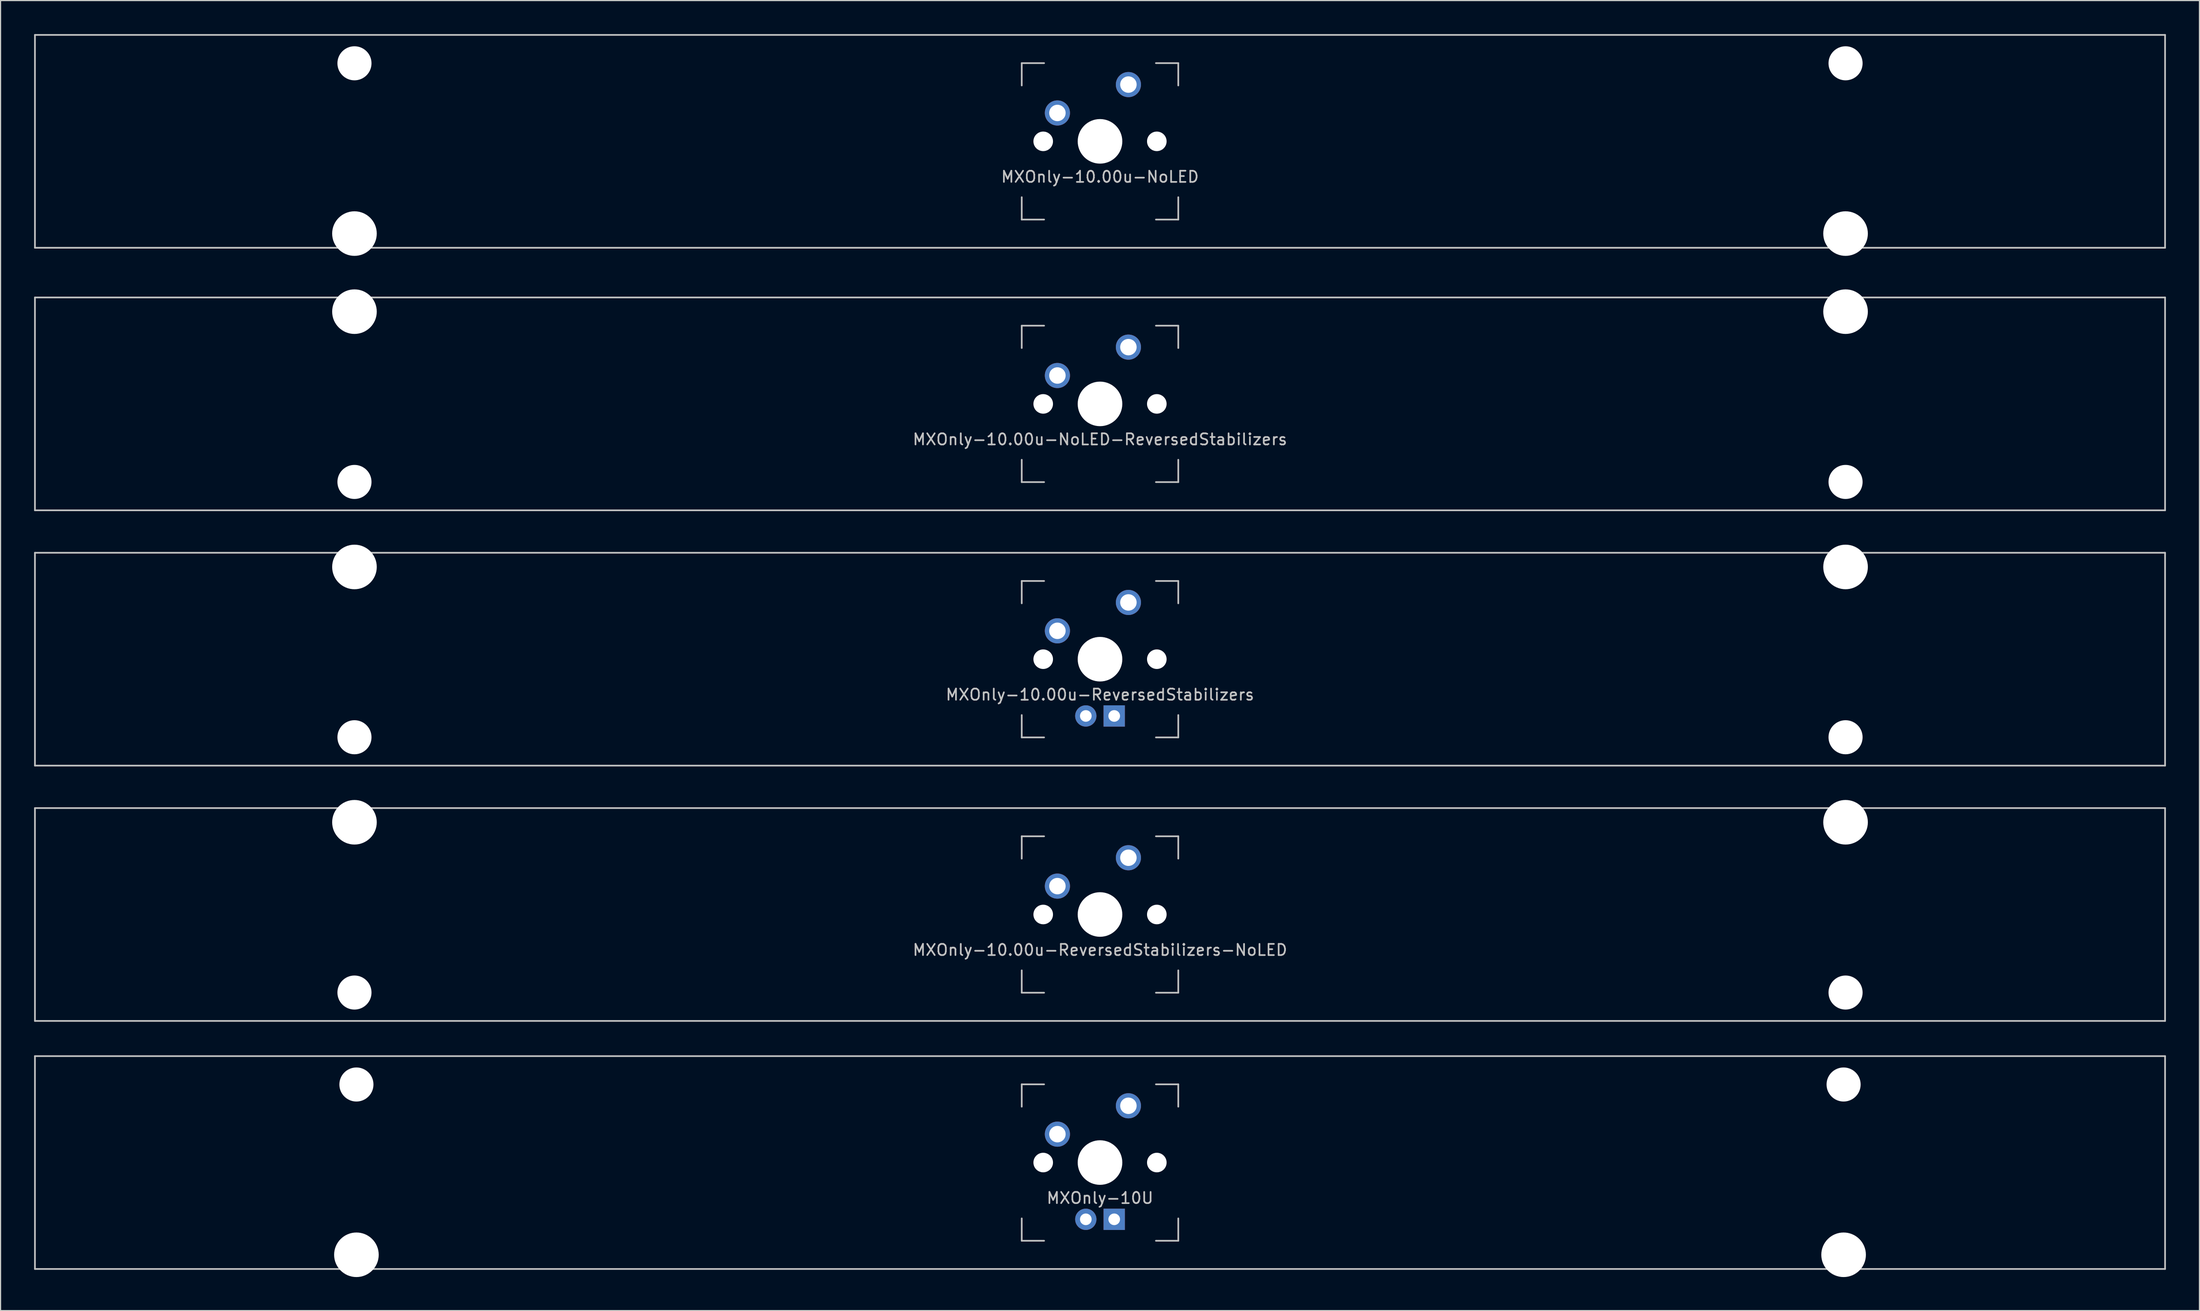
<source format=kicad_pcb>
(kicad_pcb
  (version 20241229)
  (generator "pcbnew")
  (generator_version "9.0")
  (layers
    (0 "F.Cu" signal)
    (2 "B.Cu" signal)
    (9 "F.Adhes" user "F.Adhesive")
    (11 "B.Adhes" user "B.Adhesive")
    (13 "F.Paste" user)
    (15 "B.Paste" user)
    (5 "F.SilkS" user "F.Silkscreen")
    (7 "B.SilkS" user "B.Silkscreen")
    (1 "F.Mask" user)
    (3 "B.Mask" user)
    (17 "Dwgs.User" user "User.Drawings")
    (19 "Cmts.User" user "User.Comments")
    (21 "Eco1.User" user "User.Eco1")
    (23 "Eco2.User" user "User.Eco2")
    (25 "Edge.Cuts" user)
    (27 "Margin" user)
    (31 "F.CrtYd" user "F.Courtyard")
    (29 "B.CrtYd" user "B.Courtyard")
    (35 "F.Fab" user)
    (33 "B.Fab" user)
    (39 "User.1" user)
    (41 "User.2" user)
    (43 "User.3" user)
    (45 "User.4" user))
  (footprint "MXOnly-10.00u-NoLED-ReversedStabilizers"
    (layer "F.Cu")
    (at 95.325 33.098)
    (property "Reference" "MXOnly-10.00u-NoLED-ReversedStabilizers" (at 0 3.175 0) (layer "Dwgs.User") (effects (font (size 1 1) (thickness 0.15))))
    (attr through_hole)
    (fp_line (start -95.25 -9.525) (end 95.25 -9.525) (stroke (width 0.15) (type solid)) (layer "Dwgs.User"))
    (fp_line (start -95.25 9.525) (end -95.25 -9.525) (stroke (width 0.15) (type solid)) (layer "Dwgs.User"))
    (fp_line (start -95.25 9.525) (end 95.25 9.525) (stroke (width 0.15) (type solid)) (layer "Dwgs.User"))
    (fp_line (start -7 -7) (end -7 -5) (stroke (width 0.15) (type solid)) (layer "Dwgs.User"))
    (fp_line (start -7 5) (end -7 7) (stroke (width 0.15) (type solid)) (layer "Dwgs.User"))
    (fp_line (start -7 7) (end -5 7) (stroke (width 0.15) (type solid)) (layer "Dwgs.User"))
    (fp_line (start -5 -7) (end -7 -7) (stroke (width 0.15) (type solid)) (layer "Dwgs.User"))
    (fp_line (start 5 -7) (end 7 -7) (stroke (width 0.15) (type solid)) (layer "Dwgs.User"))
    (fp_line (start 5 7) (end 7 7) (stroke (width 0.15) (type solid)) (layer "Dwgs.User"))
    (fp_line (start 7 -7) (end 7 -5) (stroke (width 0.15) (type solid)) (layer "Dwgs.User"))
    (fp_line (start 7 7) (end 7 5) (stroke (width 0.15) (type solid)) (layer "Dwgs.User"))
    (fp_line (start 95.25 -9.525) (end 95.25 9.525) (stroke (width 0.15) (type solid)) (layer "Dwgs.User"))
    (pad "" np_thru_hole circle (at -66.675 -8.255 180) (size 3.988 3.988) (drill 3.988) (layers "*.Cu" "*.Mask"))
    (pad "" np_thru_hole circle (at -66.675 6.985 180) (size 3.048 3.048) (drill 3.048) (layers "*.Cu" "*.Mask"))
    (pad "" np_thru_hole circle (at -5.08 0 48.1) (size 1.75 1.75) (drill 1.75) (layers "*.Cu" "*.Mask"))
    (pad "" np_thru_hole circle (at 0 0) (size 3.988 3.988) (drill 3.988) (layers "*.Cu" "*.Mask"))
    (pad "" np_thru_hole circle (at 5.08 0 48.1) (size 1.75 1.75) (drill 1.75) (layers "*.Cu" "*.Mask"))
    (pad "" np_thru_hole circle (at 66.675 -8.255 180) (size 3.988 3.988) (drill 3.988) (layers "*.Cu" "*.Mask"))
    (pad "" np_thru_hole circle (at 66.675 6.985 180) (size 3.048 3.048) (drill 3.048) (layers "*.Cu" "*.Mask"))
    (pad "1" thru_hole circle (at -3.81 -2.54) (size 2.25 2.25) (drill 1.47) (layers "*.Cu" "B.Mask"))
    (pad "2" thru_hole circle (at 2.54 -5.08) (size 2.25 2.25) (drill 1.47) (layers "*.Cu" "B.Mask")))
  (footprint "MXOnly-10U"
    (layer "F.Cu")
    (at 95.325 100.996)
    (property "Reference" "MXOnly-10U" (at 0 3.175 0) (layer "Dwgs.User") (effects (font (size 1 1) (thickness 0.15))))
    (attr through_hole)
    (fp_line (start -95.25 -9.525) (end 95.25 -9.525) (stroke (width 0.15) (type solid)) (layer "Dwgs.User"))
    (fp_line (start -95.25 9.525) (end -95.25 -9.525) (stroke (width 0.15) (type solid)) (layer "Dwgs.User"))
    (fp_line (start -95.25 9.525) (end 95.25 9.525) (stroke (width 0.15) (type solid)) (layer "Dwgs.User"))
    (fp_line (start -7 -7) (end -7 -5) (stroke (width 0.15) (type solid)) (layer "Dwgs.User"))
    (fp_line (start -7 5) (end -7 7) (stroke (width 0.15) (type solid)) (layer "Dwgs.User"))
    (fp_line (start -7 7) (end -5 7) (stroke (width 0.15) (type solid)) (layer "Dwgs.User"))
    (fp_line (start -5 -7) (end -7 -7) (stroke (width 0.15) (type solid)) (layer "Dwgs.User"))
    (fp_line (start 5 -7) (end 7 -7) (stroke (width 0.15) (type solid)) (layer "Dwgs.User"))
    (fp_line (start 5 7) (end 7 7) (stroke (width 0.15) (type solid)) (layer "Dwgs.User"))
    (fp_line (start 7 -7) (end 7 -5) (stroke (width 0.15) (type solid)) (layer "Dwgs.User"))
    (fp_line (start 7 7) (end 7 5) (stroke (width 0.15) (type solid)) (layer "Dwgs.User"))
    (fp_line (start 95.25 -9.525) (end 95.25 9.525) (stroke (width 0.15) (type solid)) (layer "Dwgs.User"))
    (pad "" np_thru_hole circle (at -66.5 -6.985) (size 3.048 3.048) (drill 3.048) (layers "*.Cu" "*.Mask"))
    (pad "" np_thru_hole circle (at -66.5 8.255) (size 3.988 3.988) (drill 3.988) (layers "*.Cu" "*.Mask"))
    (pad "" np_thru_hole circle (at -5.08 0 48.1) (size 1.75 1.75) (drill 1.75) (layers "*.Cu" "*.Mask"))
    (pad "" np_thru_hole circle (at 0 0) (size 3.988 3.988) (drill 3.988) (layers "*.Cu" "*.Mask"))
    (pad "" np_thru_hole circle (at 5.08 0 48.1) (size 1.75 1.75) (drill 1.75) (layers "*.Cu" "*.Mask"))
    (pad "" np_thru_hole circle (at 66.5 -6.985) (size 3.048 3.048) (drill 3.048) (layers "*.Cu" "*.Mask"))
    (pad "" np_thru_hole circle (at 66.5 8.255) (size 3.988 3.988) (drill 3.988) (layers "*.Cu" "*.Mask"))
    (pad "1" thru_hole circle (at -3.81 -2.54) (size 2.25 2.25) (drill 1.47) (layers "*.Cu" "B.Mask"))
    (pad "2" thru_hole circle (at 2.54 -5.08) (size 2.25 2.25) (drill 1.47) (layers "*.Cu" "B.Mask"))
    (pad "3" thru_hole circle (at -1.27 5.08) (size 1.905 1.905) (drill 1.04) (layers "*.Cu" "B.Mask"))
    (pad "4" thru_hole rect (at 1.27 5.08) (size 1.905 1.905) (drill 1.04) (layers "*.Cu" "B.Mask")))
  (footprint "MXOnly-10.00u-ReversedStabilizers-NoLED"
    (layer "F.Cu")
    (at 95.325 78.796)
    (property "Reference" "MXOnly-10.00u-ReversedStabilizers-NoLED" (at 0 3.175 0) (layer "Dwgs.User") (effects (font (size 1 1) (thickness 0.15))))
    (attr through_hole)
    (fp_line (start -95.25 -9.525) (end 95.25 -9.525) (stroke (width 0.15) (type solid)) (layer "Dwgs.User"))
    (fp_line (start -95.25 9.525) (end -95.25 -9.525) (stroke (width 0.15) (type solid)) (layer "Dwgs.User"))
    (fp_line (start -95.25 9.525) (end 95.25 9.525) (stroke (width 0.15) (type solid)) (layer "Dwgs.User"))
    (fp_line (start -7 -7) (end -7 -5) (stroke (width 0.15) (type solid)) (layer "Dwgs.User"))
    (fp_line (start -7 5) (end -7 7) (stroke (width 0.15) (type solid)) (layer "Dwgs.User"))
    (fp_line (start -7 7) (end -5 7) (stroke (width 0.15) (type solid)) (layer "Dwgs.User"))
    (fp_line (start -5 -7) (end -7 -7) (stroke (width 0.15) (type solid)) (layer "Dwgs.User"))
    (fp_line (start 5 -7) (end 7 -7) (stroke (width 0.15) (type solid)) (layer "Dwgs.User"))
    (fp_line (start 5 7) (end 7 7) (stroke (width 0.15) (type solid)) (layer "Dwgs.User"))
    (fp_line (start 7 -7) (end 7 -5) (stroke (width 0.15) (type solid)) (layer "Dwgs.User"))
    (fp_line (start 7 7) (end 7 5) (stroke (width 0.15) (type solid)) (layer "Dwgs.User"))
    (fp_line (start 95.25 -9.525) (end 95.25 9.525) (stroke (width 0.15) (type solid)) (layer "Dwgs.User"))
    (pad "" np_thru_hole circle (at -66.675 -8.255 180) (size 3.988 3.988) (drill 3.988) (layers "*.Cu" "*.Mask"))
    (pad "" np_thru_hole circle (at -66.675 6.985 180) (size 3.048 3.048) (drill 3.048) (layers "*.Cu" "*.Mask"))
    (pad "" np_thru_hole circle (at -5.08 0 48.1) (size 1.75 1.75) (drill 1.75) (layers "*.Cu" "*.Mask"))
    (pad "" np_thru_hole circle (at 0 0) (size 3.988 3.988) (drill 3.988) (layers "*.Cu" "*.Mask"))
    (pad "" np_thru_hole circle (at 5.08 0 48.1) (size 1.75 1.75) (drill 1.75) (layers "*.Cu" "*.Mask"))
    (pad "" np_thru_hole circle (at 66.675 -8.255 180) (size 3.988 3.988) (drill 3.988) (layers "*.Cu" "*.Mask"))
    (pad "" np_thru_hole circle (at 66.675 6.985 180) (size 3.048 3.048) (drill 3.048) (layers "*.Cu" "*.Mask"))
    (pad "1" thru_hole circle (at -3.81 -2.54) (size 2.25 2.25) (drill 1.47) (layers "*.Cu" "B.Mask"))
    (pad "2" thru_hole circle (at 2.54 -5.08) (size 2.25 2.25) (drill 1.47) (layers "*.Cu" "B.Mask")))
  (footprint "MXOnly-10.00u-ReversedStabilizers"
    (layer "F.Cu")
    (at 95.325 55.947)
    (property "Reference" "MXOnly-10.00u-ReversedStabilizers" (at 0 3.175 0) (layer "Dwgs.User") (effects (font (size 1 1) (thickness 0.15))))
    (attr through_hole)
    (fp_line (start -95.25 -9.525) (end 95.25 -9.525) (stroke (width 0.15) (type solid)) (layer "Dwgs.User"))
    (fp_line (start -95.25 9.525) (end -95.25 -9.525) (stroke (width 0.15) (type solid)) (layer "Dwgs.User"))
    (fp_line (start -95.25 9.525) (end 95.25 9.525) (stroke (width 0.15) (type solid)) (layer "Dwgs.User"))
    (fp_line (start -7 -7) (end -7 -5) (stroke (width 0.15) (type solid)) (layer "Dwgs.User"))
    (fp_line (start -7 5) (end -7 7) (stroke (width 0.15) (type solid)) (layer "Dwgs.User"))
    (fp_line (start -7 7) (end -5 7) (stroke (width 0.15) (type solid)) (layer "Dwgs.User"))
    (fp_line (start -5 -7) (end -7 -7) (stroke (width 0.15) (type solid)) (layer "Dwgs.User"))
    (fp_line (start 5 -7) (end 7 -7) (stroke (width 0.15) (type solid)) (layer "Dwgs.User"))
    (fp_line (start 5 7) (end 7 7) (stroke (width 0.15) (type solid)) (layer "Dwgs.User"))
    (fp_line (start 7 -7) (end 7 -5) (stroke (width 0.15) (type solid)) (layer "Dwgs.User"))
    (fp_line (start 7 7) (end 7 5) (stroke (width 0.15) (type solid)) (layer "Dwgs.User"))
    (fp_line (start 95.25 -9.525) (end 95.25 9.525) (stroke (width 0.15) (type solid)) (layer "Dwgs.User"))
    (pad "" np_thru_hole circle (at -66.675 -8.255 180) (size 3.988 3.988) (drill 3.988) (layers "*.Cu" "*.Mask"))
    (pad "" np_thru_hole circle (at -66.675 6.985 180) (size 3.048 3.048) (drill 3.048) (layers "*.Cu" "*.Mask"))
    (pad "" np_thru_hole circle (at -5.08 0 48.1) (size 1.75 1.75) (drill 1.75) (layers "*.Cu" "*.Mask"))
    (pad "" np_thru_hole circle (at 0 0) (size 3.988 3.988) (drill 3.988) (layers "*.Cu" "*.Mask"))
    (pad "" np_thru_hole circle (at 5.08 0 48.1) (size 1.75 1.75) (drill 1.75) (layers "*.Cu" "*.Mask"))
    (pad "" np_thru_hole circle (at 66.675 -8.255 180) (size 3.988 3.988) (drill 3.988) (layers "*.Cu" "*.Mask"))
    (pad "" np_thru_hole circle (at 66.675 6.985 180) (size 3.048 3.048) (drill 3.048) (layers "*.Cu" "*.Mask"))
    (pad "1" thru_hole circle (at -3.81 -2.54) (size 2.25 2.25) (drill 1.47) (layers "*.Cu" "B.Mask"))
    (pad "2" thru_hole circle (at 2.54 -5.08) (size 2.25 2.25) (drill 1.47) (layers "*.Cu" "B.Mask"))
    (pad "3" thru_hole circle (at -1.27 5.08) (size 1.905 1.905) (drill 1.04) (layers "*.Cu" "B.Mask"))
    (pad "4" thru_hole rect (at 1.27 5.08) (size 1.905 1.905) (drill 1.04) (layers "*.Cu" "B.Mask")))
  (footprint "MXOnly-10.00u-NoLED"
    (layer "F.Cu")
    (at 95.325 9.6)
    (property "Reference" "MXOnly-10.00u-NoLED" (at 0 3.175 0) (layer "Dwgs.User") (effects (font (size 1 1) (thickness 0.15))))
    (attr through_hole)
    (fp_line (start -95.25 -9.525) (end 95.25 -9.525) (stroke (width 0.15) (type solid)) (layer "Dwgs.User"))
    (fp_line (start -95.25 9.525) (end -95.25 -9.525) (stroke (width 0.15) (type solid)) (layer "Dwgs.User"))
    (fp_line (start -95.25 9.525) (end 95.25 9.525) (stroke (width 0.15) (type solid)) (layer "Dwgs.User"))
    (fp_line (start -7 -7) (end -7 -5) (stroke (width 0.15) (type solid)) (layer "Dwgs.User"))
    (fp_line (start -7 5) (end -7 7) (stroke (width 0.15) (type solid)) (layer "Dwgs.User"))
    (fp_line (start -7 7) (end -5 7) (stroke (width 0.15) (type solid)) (layer "Dwgs.User"))
    (fp_line (start -5 -7) (end -7 -7) (stroke (width 0.15) (type solid)) (layer "Dwgs.User"))
    (fp_line (start 5 -7) (end 7 -7) (stroke (width 0.15) (type solid)) (layer "Dwgs.User"))
    (fp_line (start 5 7) (end 7 7) (stroke (width 0.15) (type solid)) (layer "Dwgs.User"))
    (fp_line (start 7 -7) (end 7 -5) (stroke (width 0.15) (type solid)) (layer "Dwgs.User"))
    (fp_line (start 7 7) (end 7 5) (stroke (width 0.15) (type solid)) (layer "Dwgs.User"))
    (fp_line (start 95.25 -9.525) (end 95.25 9.525) (stroke (width 0.15) (type solid)) (layer "Dwgs.User"))
    (pad "" np_thru_hole circle (at -66.675 -6.985) (size 3.048 3.048) (drill 3.048) (layers "*.Cu" "*.Mask"))
    (pad "" np_thru_hole circle (at -66.675 8.255) (size 3.988 3.988) (drill 3.988) (layers "*.Cu" "*.Mask"))
    (pad "" np_thru_hole circle (at -5.08 0 48.1) (size 1.75 1.75) (drill 1.75) (layers "*.Cu" "*.Mask"))
    (pad "" np_thru_hole circle (at 0 0) (size 3.988 3.988) (drill 3.988) (layers "*.Cu" "*.Mask"))
    (pad "" np_thru_hole circle (at 5.08 0 48.1) (size 1.75 1.75) (drill 1.75) (layers "*.Cu" "*.Mask"))
    (pad "" np_thru_hole circle (at 66.675 -6.985) (size 3.048 3.048) (drill 3.048) (layers "*.Cu" "*.Mask"))
    (pad "" np_thru_hole circle (at 66.675 8.255) (size 3.988 3.988) (drill 3.988) (layers "*.Cu" "*.Mask"))
    (pad "1" thru_hole circle (at -3.81 -2.54) (size 2.25 2.25) (drill 1.47) (layers "*.Cu" "B.Mask"))
    (pad "2" thru_hole circle (at 2.54 -5.08) (size 2.25 2.25) (drill 1.47) (layers "*.Cu" "B.Mask")))
  (gr_rect
    (start -3 -3)
    (end 193.65 114.245)
    (stroke (width 0.1) (type default))
    (fill no)
    (layer "Edge.Cuts")))
</source>
